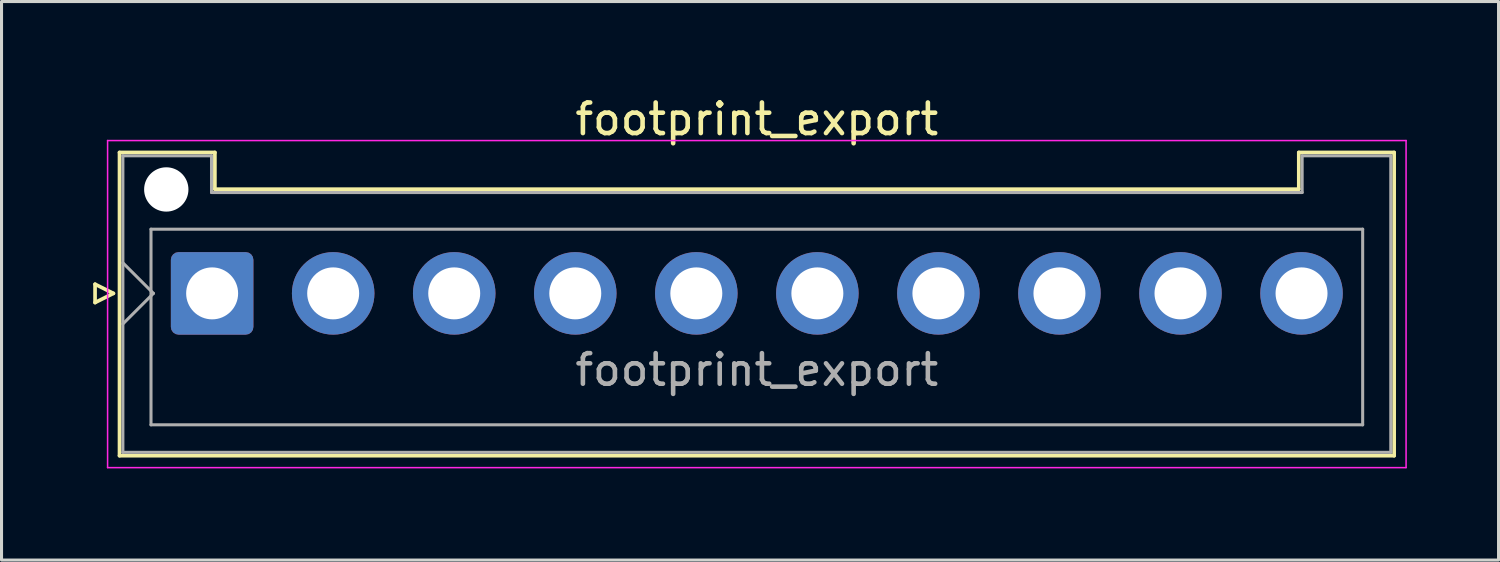
<source format=kicad_pcb>
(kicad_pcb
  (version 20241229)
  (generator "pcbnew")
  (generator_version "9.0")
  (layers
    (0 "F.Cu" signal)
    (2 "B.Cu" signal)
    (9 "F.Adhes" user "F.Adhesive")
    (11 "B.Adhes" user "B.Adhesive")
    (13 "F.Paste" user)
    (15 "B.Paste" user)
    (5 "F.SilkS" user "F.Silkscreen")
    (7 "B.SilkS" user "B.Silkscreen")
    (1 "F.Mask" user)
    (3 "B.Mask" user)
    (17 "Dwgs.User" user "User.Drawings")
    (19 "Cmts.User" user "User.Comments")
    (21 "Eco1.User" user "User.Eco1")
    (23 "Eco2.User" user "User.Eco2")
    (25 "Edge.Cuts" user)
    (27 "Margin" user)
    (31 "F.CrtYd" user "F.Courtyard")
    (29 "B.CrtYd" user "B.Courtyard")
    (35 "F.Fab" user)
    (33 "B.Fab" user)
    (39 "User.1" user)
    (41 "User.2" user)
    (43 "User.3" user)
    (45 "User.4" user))
  (footprint "footprint_export"
    (layer "F.Cu")
    (at 3.89 6.548)
    (property "Reference" "footprint_export" (at 17.82 -5.7 0) (layer "F.SilkS") (effects (font (size 1 1) (thickness 0.15))))
    (attr through_hole)
    (fp_line (start -3.83 -0.3) (end -3.23 0) (stroke (width 0.12) (type solid)) (layer "F.SilkS"))
    (fp_line (start -3.83 0.3) (end -3.83 -0.3) (stroke (width 0.12) (type solid)) (layer "F.SilkS"))
    (fp_line (start -3.23 0) (end -3.83 0.3) (stroke (width 0.12) (type solid)) (layer "F.SilkS"))
    (fp_line (start -3.03 -4.61) (end 0.09 -4.61) (stroke (width 0.12) (type solid)) (layer "F.SilkS"))
    (fp_line (start -3.03 5.31) (end -3.03 -4.61) (stroke (width 0.12) (type solid)) (layer "F.SilkS"))
    (fp_line (start 0.09 -4.61) (end 0.09 -3.41) (stroke (width 0.12) (type solid)) (layer "F.SilkS"))
    (fp_line (start 0.09 -3.41) (end 35.55 -3.41) (stroke (width 0.12) (type solid)) (layer "F.SilkS"))
    (fp_line (start 35.55 -4.61) (end 38.67 -4.61) (stroke (width 0.12) (type solid)) (layer "F.SilkS"))
    (fp_line (start 35.55 -3.41) (end 35.55 -4.61) (stroke (width 0.12) (type solid)) (layer "F.SilkS"))
    (fp_line (start 38.67 -4.61) (end 38.67 5.31) (stroke (width 0.12) (type solid)) (layer "F.SilkS"))
    (fp_line (start 38.67 5.31) (end -3.03 5.31) (stroke (width 0.12) (type solid)) (layer "F.SilkS"))
    (fp_line (start -3.42 -5) (end -3.42 5.7) (stroke (width 0.05) (type solid)) (layer "F.CrtYd"))
    (fp_line (start -3.42 5.7) (end 39.06 5.7) (stroke (width 0.05) (type solid)) (layer "F.CrtYd"))
    (fp_line (start 39.06 -5) (end -3.42 -5) (stroke (width 0.05) (type solid)) (layer "F.CrtYd"))
    (fp_line (start 39.06 5.7) (end 39.06 -5) (stroke (width 0.05) (type solid)) (layer "F.CrtYd"))
    (fp_line (start -2.92 -4.5) (end -0.02 -4.5) (stroke (width 0.1) (type solid)) (layer "F.Fab"))
    (fp_line (start -2.92 -1) (end -1.92 0) (stroke (width 0.1) (type solid)) (layer "F.Fab"))
    (fp_line (start -2.92 1) (end -1.92 0) (stroke (width 0.1) (type solid)) (layer "F.Fab"))
    (fp_line (start -2.92 5.2) (end -2.92 -4.5) (stroke (width 0.1) (type solid)) (layer "F.Fab"))
    (fp_line (start -2 -2.1) (end 37.64 -2.1) (stroke (width 0.1) (type solid)) (layer "F.Fab"))
    (fp_line (start -2 4.3) (end -2 -2.1) (stroke (width 0.1) (type solid)) (layer "F.Fab"))
    (fp_line (start -0.02 -4.5) (end -0.02 -3.3) (stroke (width 0.1) (type solid)) (layer "F.Fab"))
    (fp_line (start -0.02 -3.3) (end 35.66 -3.3) (stroke (width 0.1) (type solid)) (layer "F.Fab"))
    (fp_line (start 35.66 -4.5) (end 38.56 -4.5) (stroke (width 0.1) (type solid)) (layer "F.Fab"))
    (fp_line (start 35.66 -3.3) (end 35.66 -4.5) (stroke (width 0.1) (type solid)) (layer "F.Fab"))
    (fp_line (start 37.64 -2.1) (end 37.64 4.3) (stroke (width 0.1) (type solid)) (layer "F.Fab"))
    (fp_line (start 37.64 4.3) (end -2 4.3) (stroke (width 0.1) (type solid)) (layer "F.Fab"))
    (fp_line (start 38.56 -4.5) (end 38.56 5.2) (stroke (width 0.1) (type solid)) (layer "F.Fab"))
    (fp_line (start 38.56 5.2) (end -2.92 5.2) (stroke (width 0.1) (type solid)) (layer "F.Fab"))
    (fp_text user "${REFERENCE}" (at 17.82 2.5 0) (layer "F.Fab") (effects (font (size 1 1) (thickness 0.15))))
    (pad "" np_thru_hole circle (at -1.5 -3.4) (size 1.45 1.45) (drill 1.45) (layers "*.Cu" "*.Mask"))
    (pad "1" thru_hole roundrect (at 0 0) (size 2.7 2.7) (drill 1.7) (layers "*.Cu" "*.Mask") (roundrect_rratio 0.093))
    (pad "2" thru_hole circle (at 3.96 0) (size 2.7 2.7) (drill 1.7) (layers "*.Cu" "*.Mask"))
    (pad "3" thru_hole circle (at 7.92 0) (size 2.7 2.7) (drill 1.7) (layers "*.Cu" "*.Mask"))
    (pad "4" thru_hole circle (at 11.88 0) (size 2.7 2.7) (drill 1.7) (layers "*.Cu" "*.Mask"))
    (pad "5" thru_hole circle (at 15.84 0) (size 2.7 2.7) (drill 1.7) (layers "*.Cu" "*.Mask"))
    (pad "6" thru_hole circle (at 19.8 0) (size 2.7 2.7) (drill 1.7) (layers "*.Cu" "*.Mask"))
    (pad "7" thru_hole circle (at 23.76 0) (size 2.7 2.7) (drill 1.7) (layers "*.Cu" "*.Mask"))
    (pad "8" thru_hole circle (at 27.72 0) (size 2.7 2.7) (drill 1.7) (layers "*.Cu" "*.Mask"))
    (pad "9" thru_hole circle (at 31.68 0) (size 2.7 2.7) (drill 1.7) (layers "*.Cu" "*.Mask"))
    (pad "10" thru_hole circle (at 35.64 0) (size 2.7 2.7) (drill 1.7) (layers "*.Cu" "*.Mask")))
  (gr_rect
    (start -3 -3)
    (end 45.975 15.273)
    (stroke (width 0.1) (type default))
    (fill no)
    (layer "Edge.Cuts")))
</source>
